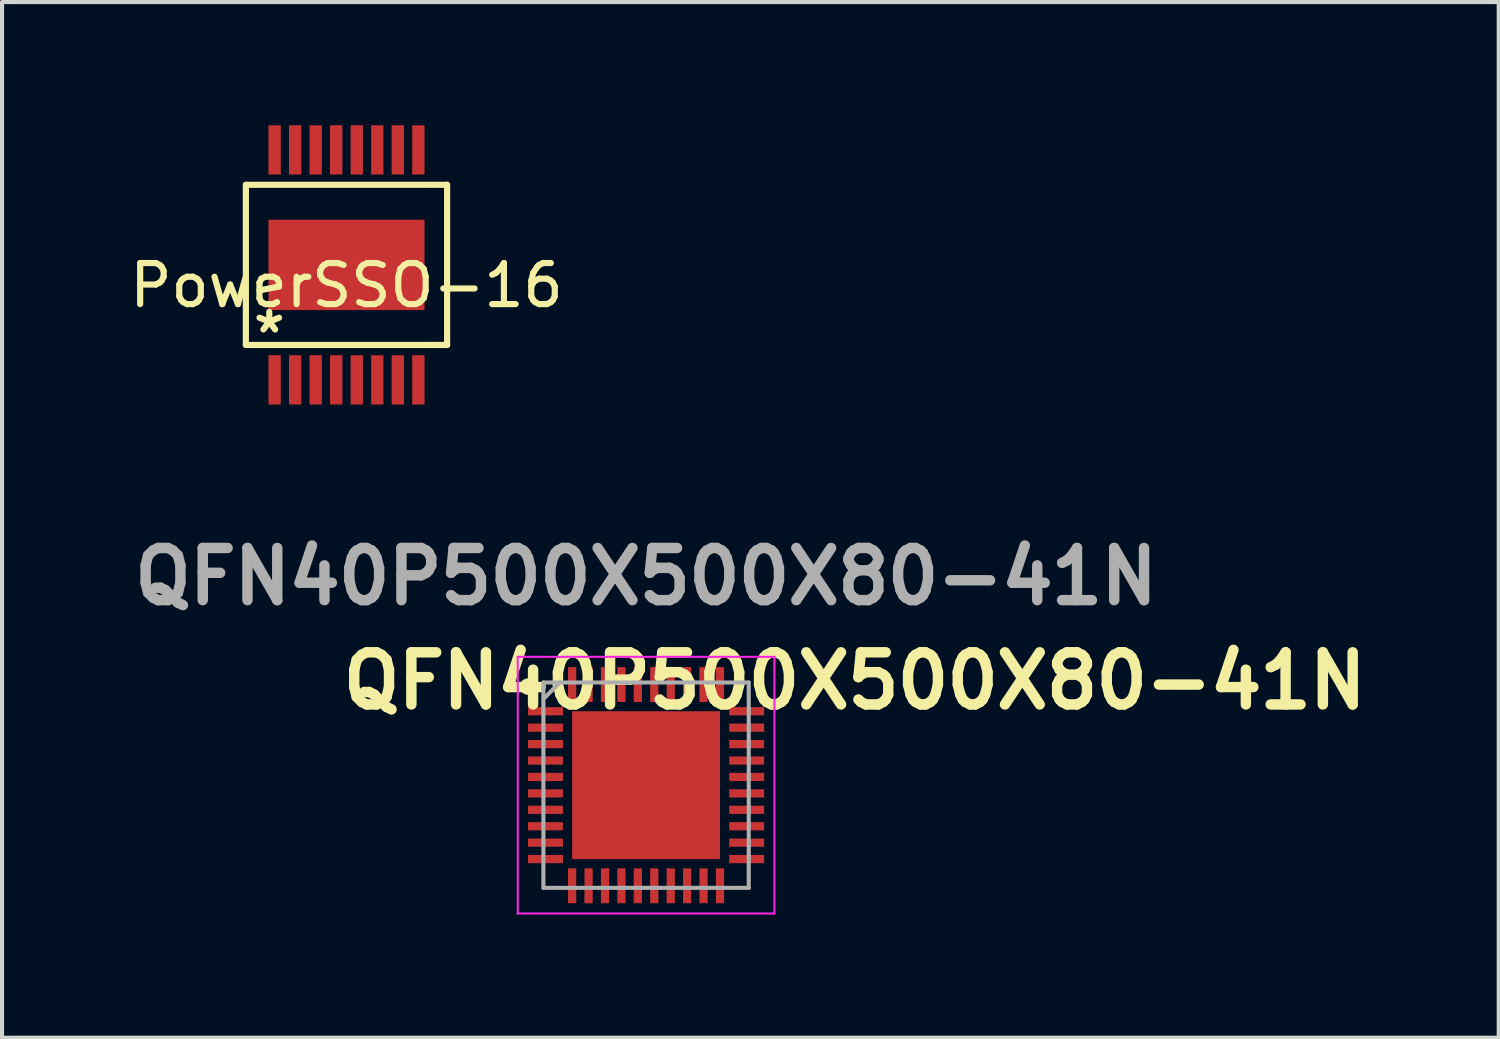
<source format=kicad_pcb>
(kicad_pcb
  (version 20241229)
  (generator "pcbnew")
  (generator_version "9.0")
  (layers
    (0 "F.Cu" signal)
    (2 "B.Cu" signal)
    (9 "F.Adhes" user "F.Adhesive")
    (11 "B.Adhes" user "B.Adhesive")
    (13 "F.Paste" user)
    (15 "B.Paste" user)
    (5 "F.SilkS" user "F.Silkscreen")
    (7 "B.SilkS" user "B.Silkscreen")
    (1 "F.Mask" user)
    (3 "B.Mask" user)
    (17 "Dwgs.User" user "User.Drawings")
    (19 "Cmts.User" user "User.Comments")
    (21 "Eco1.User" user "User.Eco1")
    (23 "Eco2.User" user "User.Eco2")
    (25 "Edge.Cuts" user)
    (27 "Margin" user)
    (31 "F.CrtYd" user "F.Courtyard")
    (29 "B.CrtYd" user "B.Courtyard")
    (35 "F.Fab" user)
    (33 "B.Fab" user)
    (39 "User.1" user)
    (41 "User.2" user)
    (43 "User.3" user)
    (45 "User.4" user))
  (footprint "QFN40P500X500X80-41N"
    (layer "F.Cu")
    (at 12.682 16.069)
    (property "Reference" "QFN40P500X500X80-41N" (at 5.08 -2.54 0) (layer "F.SilkS") (effects (font (size 1.27 1.27) (thickness 0.254))))
    (attr smd)
    (fp_circle (center -2.875 -2.4) (end -2.875 -2.3) (stroke (width 0.2) (type solid)) (fill no) (layer "F.SilkS"))
    (fp_line (start -3.125 -3.125) (end 3.125 -3.125) (stroke (width 0.05) (type solid)) (layer "F.CrtYd"))
    (fp_line (start -3.125 3.125) (end -3.125 -3.125) (stroke (width 0.05) (type solid)) (layer "F.CrtYd"))
    (fp_line (start 3.125 -3.125) (end 3.125 3.125) (stroke (width 0.05) (type solid)) (layer "F.CrtYd"))
    (fp_line (start 3.125 3.125) (end -3.125 3.125) (stroke (width 0.05) (type solid)) (layer "F.CrtYd"))
    (fp_line (start -2.5 -2.5) (end 2.5 -2.5) (stroke (width 0.1) (type solid)) (layer "F.Fab"))
    (fp_line (start -2.5 -2.1) (end -2.1 -2.5) (stroke (width 0.1) (type solid)) (layer "F.Fab"))
    (fp_line (start -2.5 2.5) (end -2.5 -2.5) (stroke (width 0.1) (type solid)) (layer "F.Fab"))
    (fp_line (start 2.5 -2.5) (end 2.5 2.5) (stroke (width 0.1) (type solid)) (layer "F.Fab"))
    (fp_line (start 2.5 2.5) (end -2.5 2.5) (stroke (width 0.1) (type solid)) (layer "F.Fab"))
    (fp_text user "${REFERENCE}" (at 0 -5.08 0) (layer "F.Fab") (effects (font (size 1.27 1.27) (thickness 0.254))))
    (pad "1" smd rect (at -2.45 -1.8 90) (size 0.2 0.85) (layers "F.Cu" "F.Mask" "F.Paste"))
    (pad "2" smd rect (at -2.45 -1.4 90) (size 0.2 0.85) (layers "F.Cu" "F.Mask" "F.Paste"))
    (pad "3" smd rect (at -2.45 -1 90) (size 0.2 0.85) (layers "F.Cu" "F.Mask" "F.Paste"))
    (pad "4" smd rect (at -2.45 -0.6 90) (size 0.2 0.85) (layers "F.Cu" "F.Mask" "F.Paste"))
    (pad "5" smd rect (at -2.45 -0.2 90) (size 0.2 0.85) (layers "F.Cu" "F.Mask" "F.Paste"))
    (pad "6" smd rect (at -2.45 0.2 90) (size 0.2 0.85) (layers "F.Cu" "F.Mask" "F.Paste"))
    (pad "7" smd rect (at -2.45 0.6 90) (size 0.2 0.85) (layers "F.Cu" "F.Mask" "F.Paste"))
    (pad "8" smd rect (at -2.45 1 90) (size 0.2 0.85) (layers "F.Cu" "F.Mask" "F.Paste"))
    (pad "9" smd rect (at -2.45 1.4 90) (size 0.2 0.85) (layers "F.Cu" "F.Mask" "F.Paste"))
    (pad "10" smd rect (at -2.45 1.8 90) (size 0.2 0.85) (layers "F.Cu" "F.Mask" "F.Paste"))
    (pad "11" smd rect (at -1.8 2.45) (size 0.2 0.85) (layers "F.Cu" "F.Mask" "F.Paste"))
    (pad "12" smd rect (at -1.4 2.45) (size 0.2 0.85) (layers "F.Cu" "F.Mask" "F.Paste"))
    (pad "13" smd rect (at -1 2.45) (size 0.2 0.85) (layers "F.Cu" "F.Mask" "F.Paste"))
    (pad "14" smd rect (at -0.6 2.45) (size 0.2 0.85) (layers "F.Cu" "F.Mask" "F.Paste"))
    (pad "15" smd rect (at -0.2 2.45) (size 0.2 0.85) (layers "F.Cu" "F.Mask" "F.Paste"))
    (pad "16" smd rect (at 0.2 2.45) (size 0.2 0.85) (layers "F.Cu" "F.Mask" "F.Paste"))
    (pad "17" smd rect (at 0.6 2.45) (size 0.2 0.85) (layers "F.Cu" "F.Mask" "F.Paste"))
    (pad "18" smd rect (at 1 2.45) (size 0.2 0.85) (layers "F.Cu" "F.Mask" "F.Paste"))
    (pad "19" smd rect (at 1.4 2.45) (size 0.2 0.85) (layers "F.Cu" "F.Mask" "F.Paste"))
    (pad "20" smd rect (at 1.8 2.45) (size 0.2 0.85) (layers "F.Cu" "F.Mask" "F.Paste"))
    (pad "21" smd rect (at 2.45 1.8 90) (size 0.2 0.85) (layers "F.Cu" "F.Mask" "F.Paste"))
    (pad "22" smd rect (at 2.45 1.4 90) (size 0.2 0.85) (layers "F.Cu" "F.Mask" "F.Paste"))
    (pad "23" smd rect (at 2.45 1 90) (size 0.2 0.85) (layers "F.Cu" "F.Mask" "F.Paste"))
    (pad "24" smd rect (at 2.45 0.6 90) (size 0.2 0.85) (layers "F.Cu" "F.Mask" "F.Paste"))
    (pad "25" smd rect (at 2.45 0.2 90) (size 0.2 0.85) (layers "F.Cu" "F.Mask" "F.Paste"))
    (pad "26" smd rect (at 2.45 -0.2 90) (size 0.2 0.85) (layers "F.Cu" "F.Mask" "F.Paste"))
    (pad "27" smd rect (at 2.45 -0.6 90) (size 0.2 0.85) (layers "F.Cu" "F.Mask" "F.Paste"))
    (pad "28" smd rect (at 2.45 -1 90) (size 0.2 0.85) (layers "F.Cu" "F.Mask" "F.Paste"))
    (pad "29" smd rect (at 2.45 -1.4 90) (size 0.2 0.85) (layers "F.Cu" "F.Mask" "F.Paste"))
    (pad "30" smd rect (at 2.45 -1.8 90) (size 0.2 0.85) (layers "F.Cu" "F.Mask" "F.Paste"))
    (pad "31" smd rect (at 1.8 -2.45) (size 0.2 0.85) (layers "F.Cu" "F.Mask" "F.Paste"))
    (pad "32" smd rect (at 1.4 -2.45) (size 0.2 0.85) (layers "F.Cu" "F.Mask" "F.Paste"))
    (pad "33" smd rect (at 1 -2.45) (size 0.2 0.85) (layers "F.Cu" "F.Mask" "F.Paste"))
    (pad "34" smd rect (at 0.6 -2.45) (size 0.2 0.85) (layers "F.Cu" "F.Mask" "F.Paste"))
    (pad "35" smd rect (at 0.2 -2.45) (size 0.2 0.85) (layers "F.Cu" "F.Mask" "F.Paste"))
    (pad "36" smd rect (at -0.2 -2.45) (size 0.2 0.85) (layers "F.Cu" "F.Mask" "F.Paste"))
    (pad "37" smd rect (at -0.6 -2.45) (size 0.2 0.85) (layers "F.Cu" "F.Mask" "F.Paste"))
    (pad "38" smd rect (at -1 -2.45) (size 0.2 0.85) (layers "F.Cu" "F.Mask" "F.Paste"))
    (pad "39" smd rect (at -1.4 -2.45) (size 0.2 0.85) (layers "F.Cu" "F.Mask" "F.Paste"))
    (pad "40" smd rect (at -1.8 -2.45) (size 0.2 0.85) (layers "F.Cu" "F.Mask" "F.Paste"))
    (pad "41" smd rect (at 0 0) (size 3.6 3.6) (layers "F.Cu" "F.Mask" "F.Paste")))
  (footprint "PowerSSO-16"
    (layer "F.Cu")
    (at 5.387 3.4)
    (property "Reference" "PowerSSO-16" (at 0 0.5 0) (layer "F.SilkS") (effects (font (size 1 1) (thickness 0.15))))
    (attr through_hole)
    (fp_line (start -2.45 -1.95) (end 2.45 -1.95) (stroke (width 0.15) (type solid)) (layer "F.SilkS"))
    (fp_line (start -2.45 1.95) (end -2.45 -1.95) (stroke (width 0.15) (type solid)) (layer "F.SilkS"))
    (fp_line (start 2.45 -1.95) (end 2.45 1.95) (stroke (width 0.15) (type solid)) (layer "F.SilkS"))
    (fp_line (start 2.45 1.95) (end -2.45 1.95) (stroke (width 0.15) (type solid)) (layer "F.SilkS"))
    (fp_text user "*" (at -1.88 1.689 0) (layer "F.SilkS") (effects (font (size 1 1) (thickness 0.15))))
    (pad "1" smd rect (at -1.75 2.8) (size 0.3 1.2) (layers "F.Cu" "F.Mask" "F.Paste"))
    (pad "2" smd rect (at -1.25 2.8) (size 0.3 1.2) (layers "F.Cu" "F.Mask" "F.Paste"))
    (pad "3" smd rect (at -0.75 2.8) (size 0.3 1.2) (layers "F.Cu" "F.Mask" "F.Paste"))
    (pad "4" smd rect (at -0.25 2.8) (size 0.3 1.2) (layers "F.Cu" "F.Mask" "F.Paste"))
    (pad "5" smd rect (at 0.25 2.8) (size 0.3 1.2) (layers "F.Cu" "F.Mask" "F.Paste"))
    (pad "6" smd rect (at 0.75 2.8) (size 0.3 1.2) (layers "F.Cu" "F.Mask" "F.Paste"))
    (pad "7" smd rect (at 1.25 2.8) (size 0.3 1.2) (layers "F.Cu" "F.Mask" "F.Paste"))
    (pad "8" smd rect (at 1.75 2.8) (size 0.3 1.2) (layers "F.Cu" "F.Mask" "F.Paste"))
    (pad "9" smd rect (at 1.75 -2.8) (size 0.3 1.2) (layers "F.Cu" "F.Mask" "F.Paste"))
    (pad "10" smd rect (at 1.25 -2.8) (size 0.3 1.2) (layers "F.Cu" "F.Mask" "F.Paste"))
    (pad "11" smd rect (at 0.75 -2.8) (size 0.3 1.2) (layers "F.Cu" "F.Mask" "F.Paste"))
    (pad "12" smd rect (at 0.25 -2.8) (size 0.3 1.2) (layers "F.Cu" "F.Mask" "F.Paste"))
    (pad "13" smd rect (at -0.25 -2.8) (size 0.3 1.2) (layers "F.Cu" "F.Mask" "F.Paste"))
    (pad "14" smd rect (at -0.75 -2.8) (size 0.3 1.2) (layers "F.Cu" "F.Mask" "F.Paste"))
    (pad "15" smd rect (at -1.25 -2.8) (size 0.3 1.2) (layers "F.Cu" "F.Mask" "F.Paste"))
    (pad "16" smd rect (at -1.75 -2.8) (size 0.3 1.2) (layers "F.Cu" "F.Mask" "F.Paste"))
    (pad "17" smd rect (at 0 0) (size 3.8 2.2) (layers "F.Cu" "F.Mask" "F.Paste")))
  (gr_rect
    (start -3 -3)
    (end 33.444 22.219)
    (stroke (width 0.1) (type default))
    (fill no)
    (layer "Edge.Cuts")))
</source>
